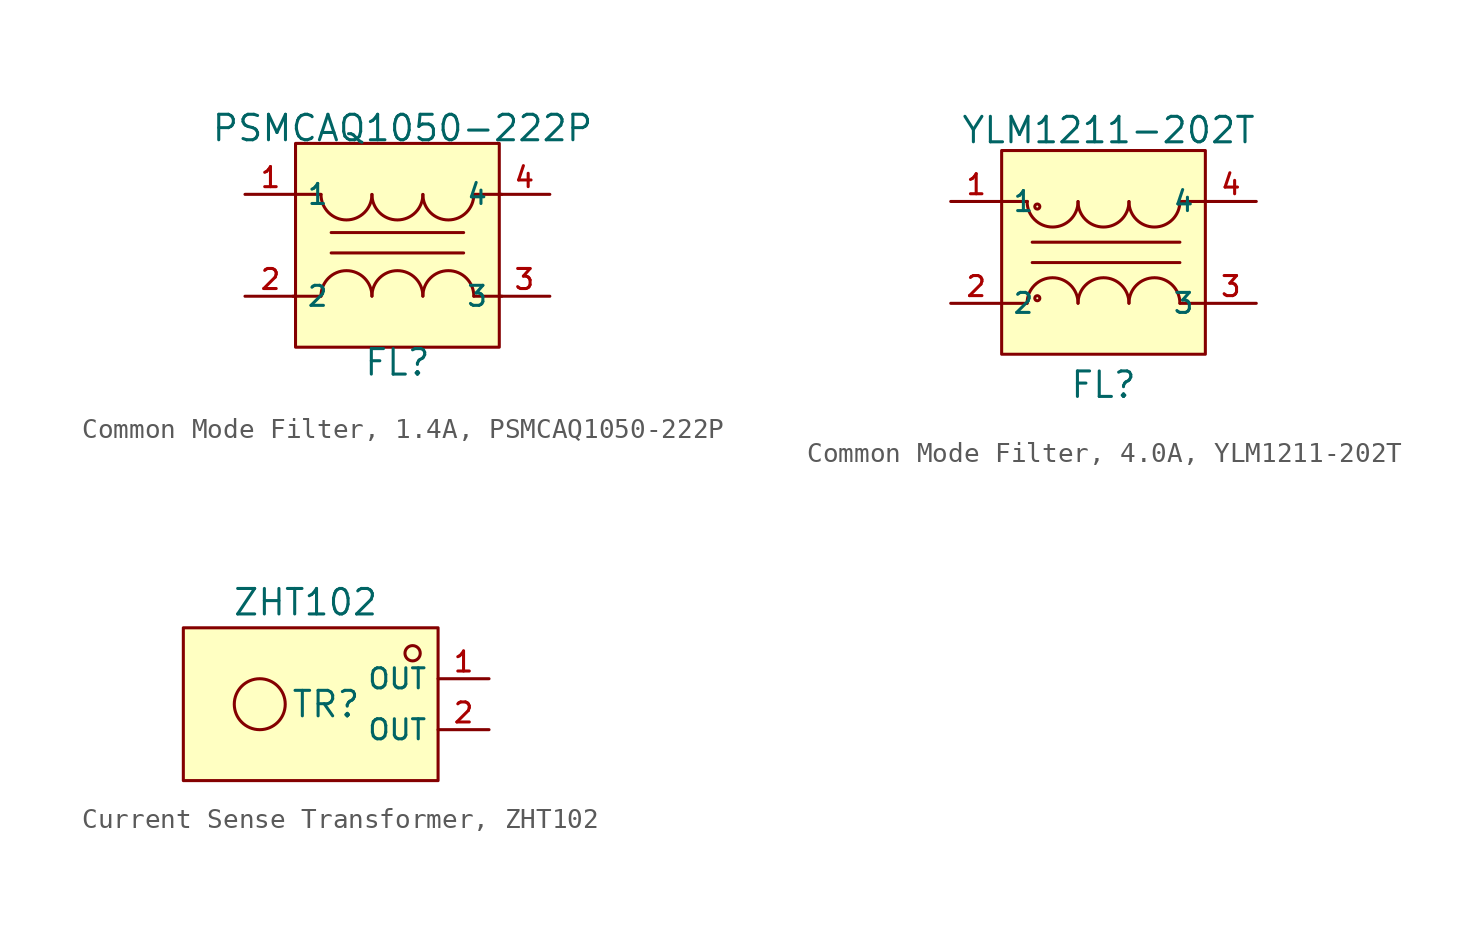
<source format=kicad_sym>
(kicad_symbol_lib
  (version 20231120)
  (generator "kicad_symbol_editor")
  (generator_version "8.0")
  (symbol "Common Mode Filter, 1.4A, PSMCAQ1050-222P"
    (property "Reference" "FL"
      (at 0 -5.842 0)
      (effects (font (size 1.27 1.27))))
    (property "Value" "PSMCAQ1050-222P"
      (at 0.254 5.842 0)
      (effects (font (size 1.27 1.27))))
    (symbol "Common Mode Filter, 1.4A, PSMCAQ1050-222P_0_1"
      (arc (start -3.81 2.5345) (mid -2.54 1.27) (end -1.27 2.5345) (stroke (width 0) (type default)) (fill (type none)))
      (arc (start -1.27 -2.5345) (mid -2.54 -1.27) (end -3.81 -2.5345) (stroke (width 0) (type default)) (fill (type none)))
      (arc (start -1.27 2.5345) (mid 0 1.27) (end 1.27 2.5345) (stroke (width 0) (type default)) (fill (type none)))
      (polyline (pts (xy -5.08 2.54) (xy -3.81 2.54)) (stroke (width 0) (type default)) (fill (type none)))
      (polyline (pts (xy -3.81 -2.54) (xy -5.207 -2.54)) (stroke (width 0) (type default)) (fill (type none)))
      (polyline (pts (xy -3.302 -0.381) (xy 3.302 -0.381)) (stroke (width 0) (type default)) (fill (type none)))
      (polyline (pts (xy -3.302 0.635) (xy 3.302 0.635)) (stroke (width 0) (type default)) (fill (type none)))
      (polyline (pts (xy 3.81 -2.54) (xy 5.207 -2.54)) (stroke (width 0) (type default)) (fill (type none)))
      (polyline (pts (xy 3.81 2.54) (xy 5.207 2.54)) (stroke (width 0) (type default)) (fill (type none)))
      (arc (start 1.27 -2.5345) (mid 0 -1.27) (end -1.27 -2.5345) (stroke (width 0) (type default)) (fill (type none)))
      (arc (start 1.27 2.5345) (mid 2.54 1.27) (end 3.81 2.5345) (stroke (width 0) (type default)) (fill (type none)))
      (arc (start 3.81 -2.5345) (mid 2.54 -1.27) (end 1.27 -2.5345) (stroke (width 0) (type default)) (fill (type none))))
    (symbol "Common Mode Filter, 1.4A, PSMCAQ1050-222P_1_1"
      (rectangle (start -5.08 5.08) (end 5.08 -5.08) (stroke (width 0) (type default)) (fill (type background)))
      (pin unspecified line (at -7.6 2.54 0) (length 2.54) (name "1" (effects (font (size 1 1)))) (number "1" (effects (font (size 1 1)))))
      (pin unspecified line (at -7.6 -2.54 0) (length 2.54) (name "2" (effects (font (size 1 1)))) (number "2" (effects (font (size 1 1)))))
      (pin unspecified line (at 7.6 -2.54 180) (length 2.54) (name "3" (effects (font (size 1 1)))) (number "3" (effects (font (size 1 1)))))
      (pin unspecified line (at 7.6 2.54 180) (length 2.54) (name "4" (effects (font (size 1 1)))) (number "4" (effects (font (size 1 1)))))))
  (symbol "Common Mode Filter, 4.0A, YLM1211-202T"
    (property "Reference" "FL"
      (at 0 -6.604 0)
      (effects (font (size 1.27 1.27))))
    (property "Value" "YLM1211-202T"
      (at 0.254 6.096 0)
      (effects (font (size 1.27 1.27))))
    (symbol "Common Mode Filter, 4.0A, YLM1211-202T_0_1"
      (arc (start -3.81 2.5345) (mid -2.54 1.27) (end -1.27 2.5345) (stroke (width 0) (type default)) (fill (type none)))
      (circle (center -3.302 -2.286) (radius 0.127) (stroke (width 0) (type default)) (fill (type background)))
      (circle (center -3.302 2.286) (radius 0.127) (stroke (width 0) (type default)) (fill (type background)))
      (arc (start -1.27 -2.5345) (mid -2.54 -1.27) (end -3.81 -2.5345) (stroke (width 0) (type default)) (fill (type none)))
      (arc (start -1.27 2.5345) (mid 0 1.27) (end 1.27 2.5345) (stroke (width 0) (type default)) (fill (type none)))
      (polyline (pts (xy -3.81 -2.54) (xy -5.08 -2.54)) (stroke (width 0) (type default)) (fill (type none)))
      (polyline (pts (xy -3.81 2.54) (xy -5.08 2.54)) (stroke (width 0) (type default)) (fill (type none)))
      (polyline (pts (xy -3.81 2.54) (xy -3.81 2.54)) (stroke (width 0) (type default)) (fill (type none)))
      (polyline (pts (xy -3.81 2.54) (xy -3.81 2.54)) (stroke (width 0) (type default)) (fill (type none)))
      (polyline (pts (xy -3.556 -0.508) (xy 3.81 -0.508)) (stroke (width 0) (type default)) (fill (type none)))
      (polyline (pts (xy -3.556 0.508) (xy 3.81 0.508)) (stroke (width 0) (type default)) (fill (type none)))
      (polyline (pts (xy 3.81 2.54) (xy 5.08 2.54)) (stroke (width 0) (type default)) (fill (type none)))
      (polyline (pts (xy 5.08 -2.54) (xy 3.81 -2.54)) (stroke (width 0) (type default)) (fill (type none)))
      (arc (start 1.27 -2.5345) (mid 0 -1.27) (end -1.27 -2.5345) (stroke (width 0) (type default)) (fill (type none)))
      (arc (start 1.27 2.5345) (mid 2.54 1.27) (end 3.81 2.5345) (stroke (width 0) (type default)) (fill (type none)))
      (arc (start 3.81 -2.5345) (mid 2.54 -1.27) (end 1.27 -2.5345) (stroke (width 0) (type default)) (fill (type none))))
    (symbol "Common Mode Filter, 4.0A, YLM1211-202T_1_1"
      (rectangle (start -5.08 5.08) (end 5.08 -5.08) (stroke (width 0) (type default)) (fill (type background)))
      (pin unspecified line (at -7.62 2.54 0) (length 2.54) (name "1" (effects (font (size 1 1)))) (number "1" (effects (font (size 1 1)))))
      (pin unspecified line (at -7.62 -2.54 0) (length 2.54) (name "2" (effects (font (size 1 1)))) (number "2" (effects (font (size 1 1)))))
      (pin unspecified line (at 7.62 -2.54 180) (length 2.54) (name "3" (effects (font (size 1 1)))) (number "3" (effects (font (size 1 1)))))
      (pin unspecified line (at 7.62 2.54 180) (length 2.54) (name "4" (effects (font (size 1 1)))) (number "4" (effects (font (size 1 1)))))))
  (symbol "Current Sense Transformer, ZHT102"
    (property "Reference" "TR"
      (at -0.508 1.27 0)
      (effects (font (size 1.27 1.27))))
    (property "Value" "ZHT102"
      (at -1.524 6.35 0)
      (effects (font (size 1.27 1.27))))
    (symbol "Current Sense Transformer, ZHT102_0_1"
      (rectangle (start -7.62 5.08) (end 5.08 -2.54) (stroke (width 0) (type default)) (fill (type background)))
      (circle (center -3.81 1.27) (radius 1.27) (stroke (width 0) (type default)) (fill (type background)))
      (circle (center 3.81 3.81) (radius 0.381) (stroke (width 0) (type default)) (fill (type background)))
      (pin unspecified line (at 7.62 2.54 180) (length 2.54) (name "OUT" (effects (font (size 1 1)))) (number "1" (effects (font (size 1 1)))))
      (pin unspecified line (at 7.62 0 180) (length 2.54) (name "OUT" (effects (font (size 1 1)))) (number "2" (effects (font (size 1 1))))))))
</source>
